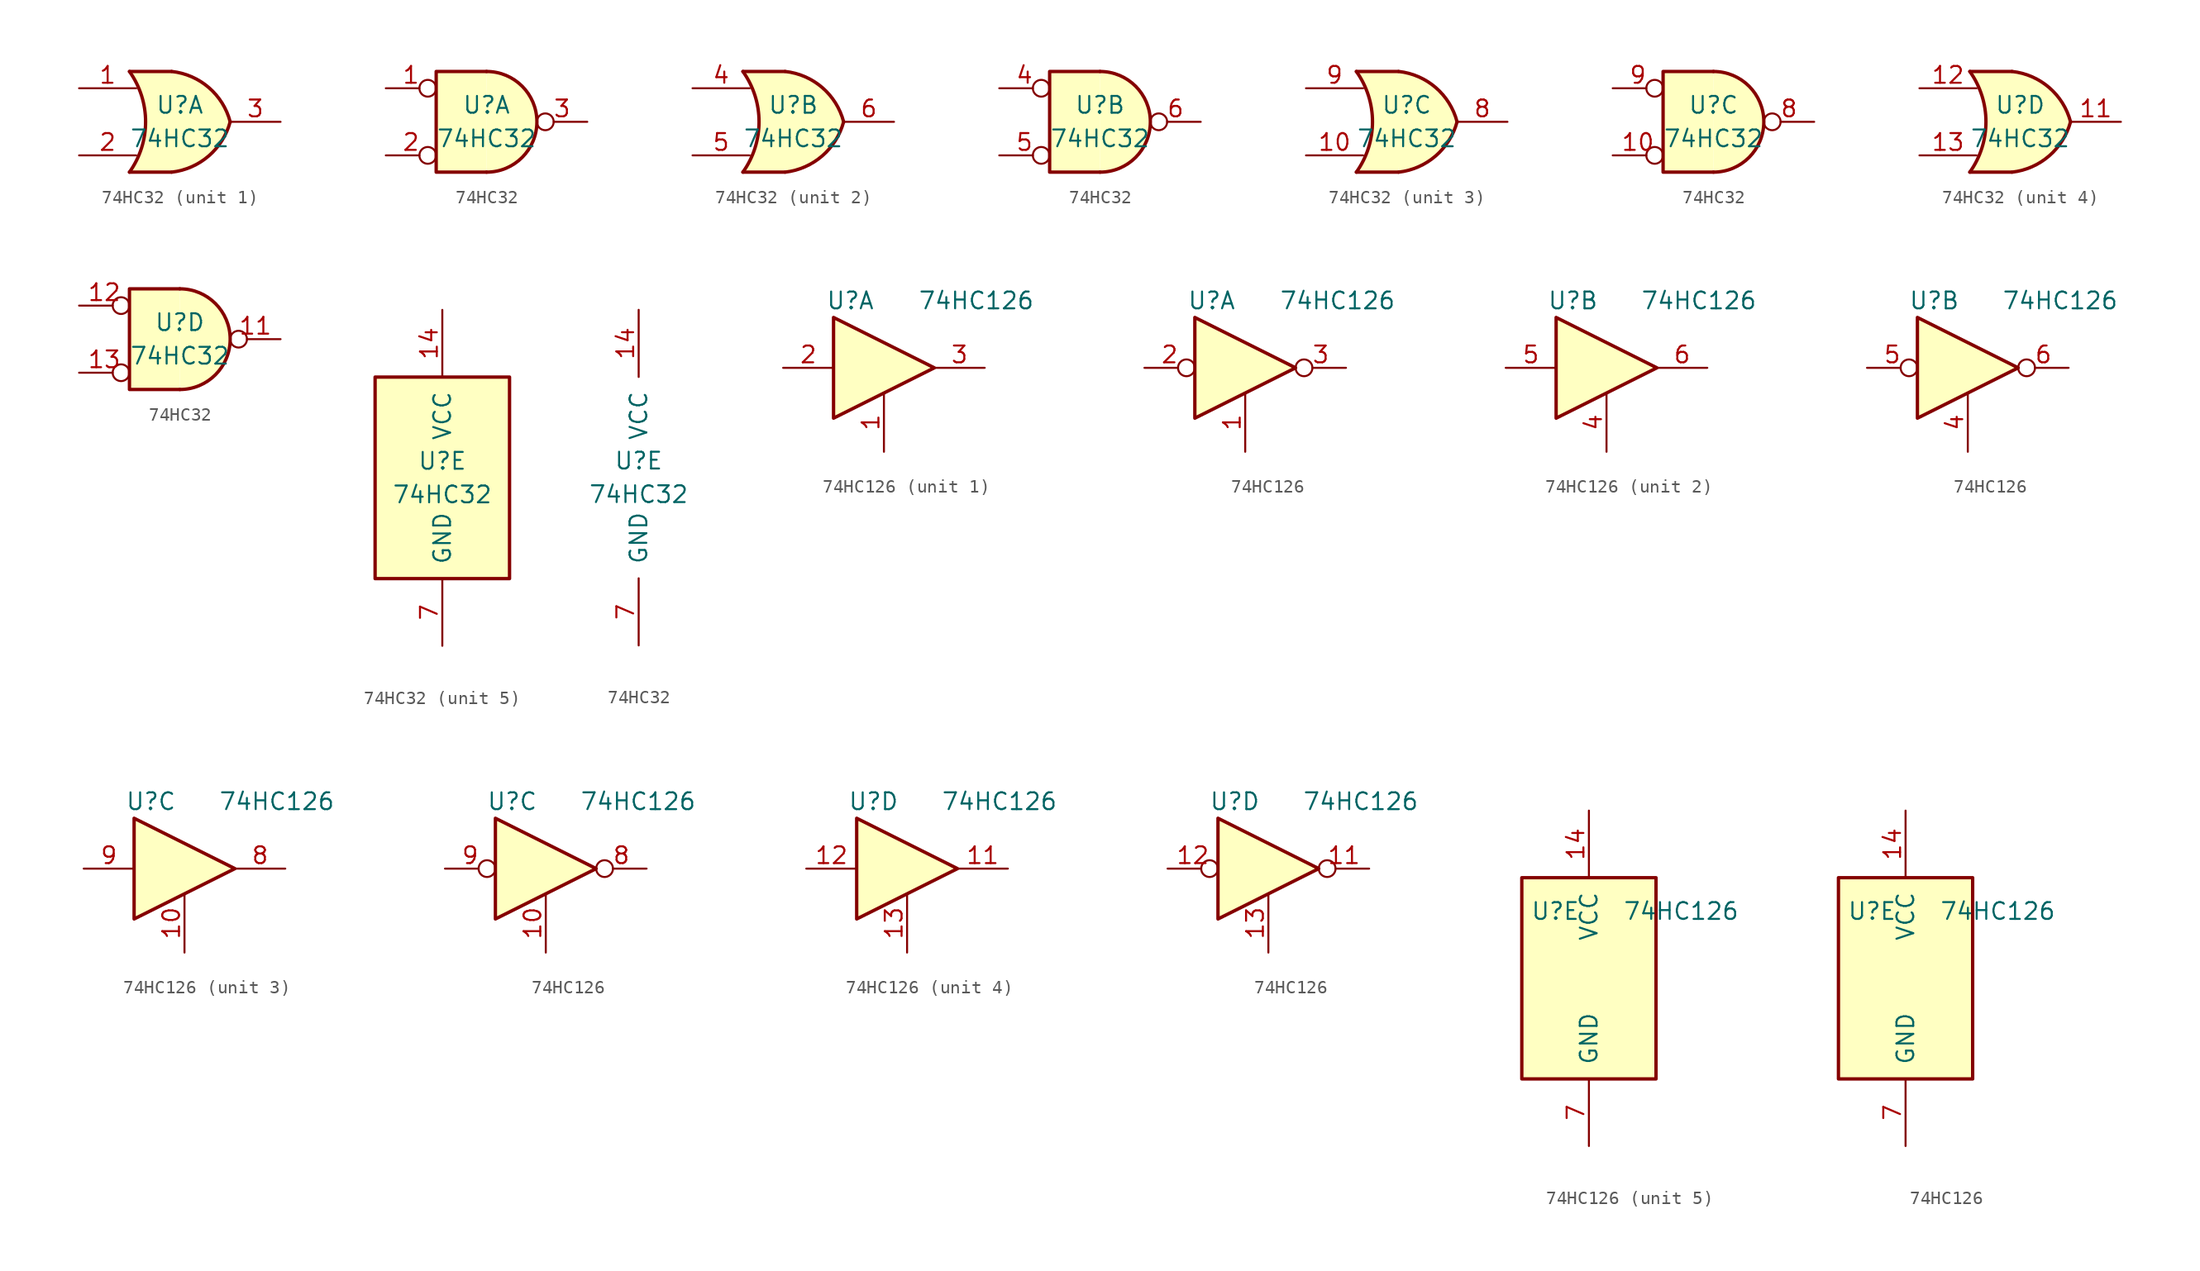
<source format=kicad_sym>
(kicad_symbol_lib
  (version 20241209)
  (generator "kicad_symbol_editor")
  (generator_version "9.0")
  (symbol "74HC32"
    (pin_names
      (offset 1.016))
    (property "Reference" "U"
      (at 0 1.27 0)
      (effects (font (size 1.27 1.27))))
    (property "Value" "74HC32"
      (at 0 -1.27 0)
      (effects (font (size 1.27 1.27))))
    (symbol "74HC32_1_1"
      (arc (start -3.81 3.81) (mid -2.589 0) (end -3.81 -3.81) (stroke (width 0.254) (type default)) (fill (type none)))
      (polyline (pts (xy -3.81 3.81) (xy -0.635 3.81)) (stroke (width 0.254) (type default)) (fill (type background)))
      (polyline (pts (xy -3.81 -3.81) (xy -0.635 -3.81)) (stroke (width 0.254) (type default)) (fill (type background)))
      (arc (start 3.81 0) (mid 2.1855 -2.584) (end -0.6096 -3.81) (stroke (width 0.254) (type default)) (fill (type background)))
      (arc (start -0.6096 3.81) (mid 2.1928 2.5924) (end 3.81 0) (stroke (width 0.254) (type default)) (fill (type background)))
      (polyline (pts (xy -0.635 3.81) (xy -3.81 3.81) (xy -3.81 3.81) (xy -3.556 3.404) (xy -3.023 2.261) (xy -2.692 1.041) (xy -2.616 -0.254) (xy -2.769 -1.499) (xy -3.175 -2.718) (xy -3.81 -3.81) (xy -3.81 -3.81) (xy -0.635 -3.81)) (stroke (width -25.4) (type default)) (fill (type background)))
      (pin input line (at -7.62 2.54 0) (length 4.318) (name "~" (effects (font (size 1.27 1.27)))) (number "1" (effects (font (size 1.27 1.27)))))
      (pin input line (at -7.62 -2.54 0) (length 4.318) (name "~" (effects (font (size 1.27 1.27)))) (number "2" (effects (font (size 1.27 1.27)))))
      (pin output line (at 7.62 0 180) (length 3.81) (name "~" (effects (font (size 1.27 1.27)))) (number "3" (effects (font (size 1.27 1.27))))))
    (symbol "74HC32_1_2"
      (arc (start 0 3.81) (mid 3.7934 0) (end 0 -3.81) (stroke (width 0.254) (type default)) (fill (type background)))
      (polyline (pts (xy 0 3.81) (xy -3.81 3.81) (xy -3.81 -3.81) (xy 0 -3.81)) (stroke (width 0.254) (type default)) (fill (type background)))
      (pin input inverted (at -7.62 2.54 0) (length 3.81) (name "~" (effects (font (size 1.27 1.27)))) (number "1" (effects (font (size 1.27 1.27)))))
      (pin input inverted (at -7.62 -2.54 0) (length 3.81) (name "~" (effects (font (size 1.27 1.27)))) (number "2" (effects (font (size 1.27 1.27)))))
      (pin output inverted (at 7.62 0 180) (length 3.81) (name "~" (effects (font (size 1.27 1.27)))) (number "3" (effects (font (size 1.27 1.27))))))
    (symbol "74HC32_2_1"
      (arc (start -3.81 3.81) (mid -2.589 0) (end -3.81 -3.81) (stroke (width 0.254) (type default)) (fill (type none)))
      (polyline (pts (xy -3.81 3.81) (xy -0.635 3.81)) (stroke (width 0.254) (type default)) (fill (type background)))
      (polyline (pts (xy -3.81 -3.81) (xy -0.635 -3.81)) (stroke (width 0.254) (type default)) (fill (type background)))
      (arc (start 3.81 0) (mid 2.1855 -2.584) (end -0.6096 -3.81) (stroke (width 0.254) (type default)) (fill (type background)))
      (arc (start -0.6096 3.81) (mid 2.1928 2.5924) (end 3.81 0) (stroke (width 0.254) (type default)) (fill (type background)))
      (polyline (pts (xy -0.635 3.81) (xy -3.81 3.81) (xy -3.81 3.81) (xy -3.556 3.404) (xy -3.023 2.261) (xy -2.692 1.041) (xy -2.616 -0.254) (xy -2.769 -1.499) (xy -3.175 -2.718) (xy -3.81 -3.81) (xy -3.81 -3.81) (xy -0.635 -3.81)) (stroke (width -25.4) (type default)) (fill (type background)))
      (pin input line (at -7.62 2.54 0) (length 4.318) (name "~" (effects (font (size 1.27 1.27)))) (number "4" (effects (font (size 1.27 1.27)))))
      (pin input line (at -7.62 -2.54 0) (length 4.318) (name "~" (effects (font (size 1.27 1.27)))) (number "5" (effects (font (size 1.27 1.27)))))
      (pin output line (at 7.62 0 180) (length 3.81) (name "~" (effects (font (size 1.27 1.27)))) (number "6" (effects (font (size 1.27 1.27))))))
    (symbol "74HC32_2_2"
      (arc (start 0 3.81) (mid 3.7934 0) (end 0 -3.81) (stroke (width 0.254) (type default)) (fill (type background)))
      (polyline (pts (xy 0 3.81) (xy -3.81 3.81) (xy -3.81 -3.81) (xy 0 -3.81)) (stroke (width 0.254) (type default)) (fill (type background)))
      (pin input inverted (at -7.62 2.54 0) (length 3.81) (name "~" (effects (font (size 1.27 1.27)))) (number "4" (effects (font (size 1.27 1.27)))))
      (pin input inverted (at -7.62 -2.54 0) (length 3.81) (name "~" (effects (font (size 1.27 1.27)))) (number "5" (effects (font (size 1.27 1.27)))))
      (pin output inverted (at 7.62 0 180) (length 3.81) (name "~" (effects (font (size 1.27 1.27)))) (number "6" (effects (font (size 1.27 1.27))))))
    (symbol "74HC32_3_1"
      (arc (start -3.81 3.81) (mid -2.589 0) (end -3.81 -3.81) (stroke (width 0.254) (type default)) (fill (type none)))
      (polyline (pts (xy -3.81 3.81) (xy -0.635 3.81)) (stroke (width 0.254) (type default)) (fill (type background)))
      (polyline (pts (xy -3.81 -3.81) (xy -0.635 -3.81)) (stroke (width 0.254) (type default)) (fill (type background)))
      (arc (start 3.81 0) (mid 2.1855 -2.584) (end -0.6096 -3.81) (stroke (width 0.254) (type default)) (fill (type background)))
      (arc (start -0.6096 3.81) (mid 2.1928 2.5924) (end 3.81 0) (stroke (width 0.254) (type default)) (fill (type background)))
      (polyline (pts (xy -0.635 3.81) (xy -3.81 3.81) (xy -3.81 3.81) (xy -3.556 3.404) (xy -3.023 2.261) (xy -2.692 1.041) (xy -2.616 -0.254) (xy -2.769 -1.499) (xy -3.175 -2.718) (xy -3.81 -3.81) (xy -3.81 -3.81) (xy -0.635 -3.81)) (stroke (width -25.4) (type default)) (fill (type background)))
      (pin input line (at -7.62 2.54 0) (length 4.318) (name "~" (effects (font (size 1.27 1.27)))) (number "9" (effects (font (size 1.27 1.27)))))
      (pin input line (at -7.62 -2.54 0) (length 4.318) (name "~" (effects (font (size 1.27 1.27)))) (number "10" (effects (font (size 1.27 1.27)))))
      (pin output line (at 7.62 0 180) (length 3.81) (name "~" (effects (font (size 1.27 1.27)))) (number "8" (effects (font (size 1.27 1.27))))))
    (symbol "74HC32_3_2"
      (arc (start 0 3.81) (mid 3.7934 0) (end 0 -3.81) (stroke (width 0.254) (type default)) (fill (type background)))
      (polyline (pts (xy 0 3.81) (xy -3.81 3.81) (xy -3.81 -3.81) (xy 0 -3.81)) (stroke (width 0.254) (type default)) (fill (type background)))
      (pin input inverted (at -7.62 2.54 0) (length 3.81) (name "~" (effects (font (size 1.27 1.27)))) (number "9" (effects (font (size 1.27 1.27)))))
      (pin input inverted (at -7.62 -2.54 0) (length 3.81) (name "~" (effects (font (size 1.27 1.27)))) (number "10" (effects (font (size 1.27 1.27)))))
      (pin output inverted (at 7.62 0 180) (length 3.81) (name "~" (effects (font (size 1.27 1.27)))) (number "8" (effects (font (size 1.27 1.27))))))
    (symbol "74HC32_4_1"
      (arc (start -3.81 3.81) (mid -2.589 0) (end -3.81 -3.81) (stroke (width 0.254) (type default)) (fill (type none)))
      (polyline (pts (xy -3.81 3.81) (xy -0.635 3.81)) (stroke (width 0.254) (type default)) (fill (type background)))
      (polyline (pts (xy -3.81 -3.81) (xy -0.635 -3.81)) (stroke (width 0.254) (type default)) (fill (type background)))
      (arc (start 3.81 0) (mid 2.1855 -2.584) (end -0.6096 -3.81) (stroke (width 0.254) (type default)) (fill (type background)))
      (arc (start -0.6096 3.81) (mid 2.1928 2.5924) (end 3.81 0) (stroke (width 0.254) (type default)) (fill (type background)))
      (polyline (pts (xy -0.635 3.81) (xy -3.81 3.81) (xy -3.81 3.81) (xy -3.556 3.404) (xy -3.023 2.261) (xy -2.692 1.041) (xy -2.616 -0.254) (xy -2.769 -1.499) (xy -3.175 -2.718) (xy -3.81 -3.81) (xy -3.81 -3.81) (xy -0.635 -3.81)) (stroke (width -25.4) (type default)) (fill (type background)))
      (pin input line (at -7.62 2.54 0) (length 4.318) (name "~" (effects (font (size 1.27 1.27)))) (number "12" (effects (font (size 1.27 1.27)))))
      (pin input line (at -7.62 -2.54 0) (length 4.318) (name "~" (effects (font (size 1.27 1.27)))) (number "13" (effects (font (size 1.27 1.27)))))
      (pin output line (at 7.62 0 180) (length 3.81) (name "~" (effects (font (size 1.27 1.27)))) (number "11" (effects (font (size 1.27 1.27))))))
    (symbol "74HC32_4_2"
      (arc (start 0 3.81) (mid 3.7934 0) (end 0 -3.81) (stroke (width 0.254) (type default)) (fill (type background)))
      (polyline (pts (xy 0 3.81) (xy -3.81 3.81) (xy -3.81 -3.81) (xy 0 -3.81)) (stroke (width 0.254) (type default)) (fill (type background)))
      (pin input inverted (at -7.62 2.54 0) (length 3.81) (name "~" (effects (font (size 1.27 1.27)))) (number "12" (effects (font (size 1.27 1.27)))))
      (pin input inverted (at -7.62 -2.54 0) (length 3.81) (name "~" (effects (font (size 1.27 1.27)))) (number "13" (effects (font (size 1.27 1.27)))))
      (pin output inverted (at 7.62 0 180) (length 3.81) (name "~" (effects (font (size 1.27 1.27)))) (number "11" (effects (font (size 1.27 1.27))))))
    (symbol "74HC32_5_0"
      (pin power_in line (at 0 12.7 270) (length 5.08) (name "VCC" (effects (font (size 1.27 1.27)))) (number "14" (effects (font (size 1.27 1.27)))))
      (pin power_in line (at 0 -12.7 90) (length 5.08) (name "GND" (effects (font (size 1.27 1.27)))) (number "7" (effects (font (size 1.27 1.27))))))
    (symbol "74HC32_5_1"
      (rectangle (start -5.08 7.62) (end 5.08 -7.62) (stroke (width 0.254) (type default)) (fill (type background)))))
  (symbol "74HC126"
    (pin_names
      (offset 1.016))
    (property "Reference" "U"
      (at -2.54 5.08 0)
      (effects (font (size 1.27 1.27))))
    (property "Value" "74HC126"
      (at 6.985 5.08 0)
      (effects (font (size 1.27 1.27))))
    (property "ki_locked" ""
      (at 0 0 0)
      (effects (font (size 1.27 1.27))))
    (symbol "74HC126_1_0"
      (polyline (pts (xy -3.81 3.81) (xy -3.81 -3.81) (xy 3.81 0) (xy -3.81 3.81)) (stroke (width 0.254) (type default)) (fill (type background)))
      (pin input line (at 0 -6.35 90) (length 4.445) (name "~" (effects (font (size 1.27 1.27)))) (number "1" (effects (font (size 1.27 1.27))))))
    (symbol "74HC126_1_1"
      (pin input line (at -7.62 0 0) (length 3.81) (name "~" (effects (font (size 1.27 1.27)))) (number "2" (effects (font (size 1.27 1.27)))))
      (pin tri_state line (at 7.62 0 180) (length 3.81) (name "~" (effects (font (size 1.27 1.27)))) (number "3" (effects (font (size 1.27 1.27))))))
    (symbol "74HC126_1_2"
      (pin input inverted (at -7.62 0 0) (length 3.81) (name "" (effects (font (size 1.27 1.27)))) (number "2" (effects (font (size 1.27 1.27)))))
      (pin tri_state inverted (at 7.62 0 180) (length 3.81) (name "" (effects (font (size 1.27 1.27)))) (number "3" (effects (font (size 1.27 1.27))))))
    (symbol "74HC126_2_0"
      (polyline (pts (xy -3.81 3.81) (xy -3.81 -3.81) (xy 3.81 0) (xy -3.81 3.81)) (stroke (width 0.254) (type default)) (fill (type background)))
      (pin input line (at 0 -6.35 90) (length 4.445) (name "~" (effects (font (size 1.27 1.27)))) (number "4" (effects (font (size 1.27 1.27))))))
    (symbol "74HC126_2_1"
      (pin input line (at -7.62 0 0) (length 3.81) (name "~" (effects (font (size 1.27 1.27)))) (number "5" (effects (font (size 1.27 1.27)))))
      (pin tri_state line (at 7.62 0 180) (length 3.81) (name "~" (effects (font (size 1.27 1.27)))) (number "6" (effects (font (size 1.27 1.27))))))
    (symbol "74HC126_2_2"
      (pin input inverted (at -7.62 0 0) (length 3.81) (name "~" (effects (font (size 1.27 1.27)))) (number "5" (effects (font (size 1.27 1.27)))))
      (pin tri_state inverted (at 7.62 0 180) (length 3.81) (name "" (effects (font (size 1.27 1.27)))) (number "6" (effects (font (size 1.27 1.27))))))
    (symbol "74HC126_3_0"
      (polyline (pts (xy -3.81 3.81) (xy -3.81 -3.81) (xy 3.81 0) (xy -3.81 3.81)) (stroke (width 0.254) (type default)) (fill (type background)))
      (pin input line (at 0 -6.35 90) (length 4.445) (name "~" (effects (font (size 1.27 1.27)))) (number "10" (effects (font (size 1.27 1.27))))))
    (symbol "74HC126_3_1"
      (pin input line (at -7.62 0 0) (length 3.81) (name "~" (effects (font (size 1.27 1.27)))) (number "9" (effects (font (size 1.27 1.27)))))
      (pin tri_state line (at 7.62 0 180) (length 3.81) (name "~" (effects (font (size 1.27 1.27)))) (number "8" (effects (font (size 1.27 1.27))))))
    (symbol "74HC126_3_2"
      (pin input inverted (at -7.62 0 0) (length 3.81) (name "" (effects (font (size 1.27 1.27)))) (number "9" (effects (font (size 1.27 1.27)))))
      (pin tri_state inverted (at 7.62 0 180) (length 3.81) (name "" (effects (font (size 1.27 1.27)))) (number "8" (effects (font (size 1.27 1.27))))))
    (symbol "74HC126_4_0"
      (polyline (pts (xy -3.81 3.81) (xy -3.81 -3.81) (xy 3.81 0) (xy -3.81 3.81)) (stroke (width 0.254) (type default)) (fill (type background)))
      (pin input line (at 0 -6.35 90) (length 4.445) (name "~" (effects (font (size 1.27 1.27)))) (number "13" (effects (font (size 1.27 1.27))))))
    (symbol "74HC126_4_1"
      (pin input line (at -7.62 0 0) (length 3.81) (name "~" (effects (font (size 1.27 1.27)))) (number "12" (effects (font (size 1.27 1.27)))))
      (pin tri_state line (at 7.62 0 180) (length 3.81) (name "~" (effects (font (size 1.27 1.27)))) (number "11" (effects (font (size 1.27 1.27))))))
    (symbol "74HC126_4_2"
      (pin input inverted (at -7.62 0 0) (length 3.81) (name "" (effects (font (size 1.27 1.27)))) (number "12" (effects (font (size 1.27 1.27)))))
      (pin tri_state inverted (at 7.62 0 180) (length 3.81) (name "" (effects (font (size 1.27 1.27)))) (number "11" (effects (font (size 1.27 1.27))))))
    (symbol "74HC126_5_0"
      (pin power_in line (at 0 12.7 270) (length 5.08) (name "VCC" (effects (font (size 1.27 1.27)))) (number "14" (effects (font (size 1.27 1.27)))))
      (pin power_in line (at 0 -12.7 90) (length 5.08) (name "GND" (effects (font (size 1.27 1.27)))) (number "7" (effects (font (size 1.27 1.27))))))
    (symbol "74HC126_5_1"
      (rectangle (start -5.08 7.62) (end 5.08 -7.62) (stroke (width 0.254) (type default)) (fill (type background))))
    (symbol "74HC126_5_2"
      (rectangle (start -5.08 7.62) (end 5.08 -7.62) (stroke (width 0.254) (type default)) (fill (type background))))))
</source>
